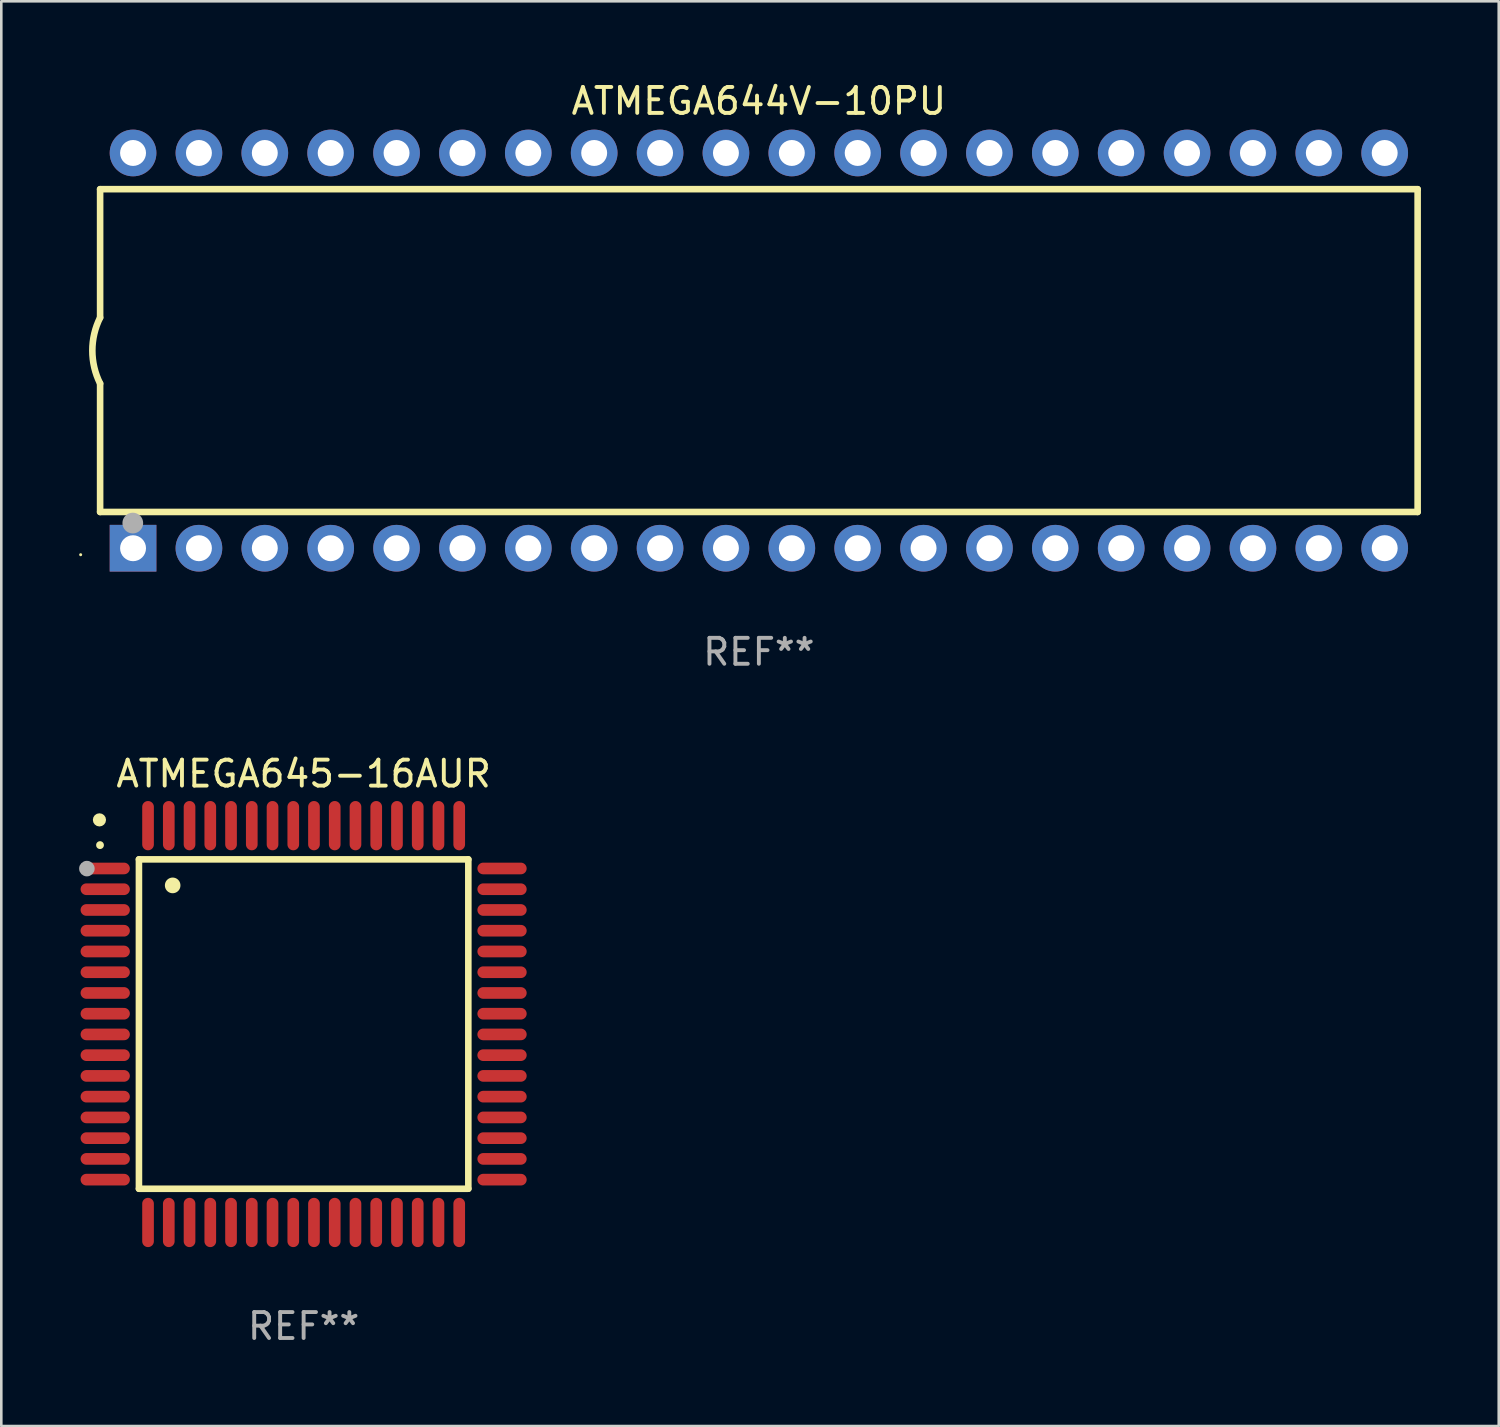
<source format=kicad_pcb>
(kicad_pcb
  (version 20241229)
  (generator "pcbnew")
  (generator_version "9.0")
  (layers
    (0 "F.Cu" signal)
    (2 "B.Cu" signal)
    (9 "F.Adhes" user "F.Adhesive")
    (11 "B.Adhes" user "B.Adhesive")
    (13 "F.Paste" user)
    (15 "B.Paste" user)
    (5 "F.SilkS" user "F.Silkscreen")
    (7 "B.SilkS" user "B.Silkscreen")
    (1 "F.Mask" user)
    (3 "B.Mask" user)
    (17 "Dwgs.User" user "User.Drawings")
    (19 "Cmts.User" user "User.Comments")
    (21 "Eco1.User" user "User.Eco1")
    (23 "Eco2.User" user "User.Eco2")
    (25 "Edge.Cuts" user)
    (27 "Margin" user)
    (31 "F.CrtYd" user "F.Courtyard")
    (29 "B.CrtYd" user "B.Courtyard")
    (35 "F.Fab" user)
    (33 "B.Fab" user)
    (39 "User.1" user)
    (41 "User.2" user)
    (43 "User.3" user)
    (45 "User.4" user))
  (footprint "ATMEGA645-16AUR"
    (layer "F.Cu")
    (at 8.657 36.435)
    (property "Reference" "ATMEGA645-16AUR" (at 0 -9.65 0) (layer "F.SilkS") (effects (font (size 1 1) (thickness 0.15))))
    (attr through_hole)
    (fp_line (start -6.35 -6.35) (end 6.35 -6.35) (stroke (width 0.254) (type solid)) (layer "F.SilkS"))
    (fp_line (start -6.35 6.35) (end -6.35 -6.35) (stroke (width 0.254) (type solid)) (layer "F.SilkS"))
    (fp_line (start 6.35 -6.35) (end 6.35 6.35) (stroke (width 0.254) (type solid)) (layer "F.SilkS"))
    (fp_line (start 6.35 6.35) (end -6.35 6.35) (stroke (width 0.254) (type solid)) (layer "F.SilkS"))
    (fp_arc (start -7.851156 -6.898654) (mid -7.851161 -6.899924) (end -7.851156 -6.901194) (stroke (width 0.3) (type solid)) (layer "F.SilkS"))
    (fp_arc (start -5.04953 -5.344171) (mid -5.049541 -5.346711) (end -5.04953 -5.349251) (stroke (width 0.6) (type solid)) (layer "F.SilkS"))
    (fp_circle (center -7.873 -7.873) (end -7.746 -7.873) (stroke (width 0.254) (type solid)) (fill no) (layer "F.SilkS"))
    (fp_circle (center -8.357 -5.994) (end -8.207 -5.994) (stroke (width 0.3) (type solid)) (fill no) (layer "F.Fab"))
    (fp_text user "REF**" (at 0 11.65 0) (layer "F.Fab") (effects (font (size 1 1) (thickness 0.15))))
    (pad "1" smd oval (at -7.65 -5.999 90) (size 0.45 1.9) (layers "F.Cu" "F.Mask" "F.Paste"))
    (pad "2" smd oval (at -7.65 -5.199 90) (size 0.45 1.9) (layers "F.Cu" "F.Mask" "F.Paste"))
    (pad "3" smd oval (at -7.65 -4.399 90) (size 0.45 1.9) (layers "F.Cu" "F.Mask" "F.Paste"))
    (pad "4" smd oval (at -7.65 -3.599 90) (size 0.45 1.9) (layers "F.Cu" "F.Mask" "F.Paste"))
    (pad "5" smd oval (at -7.65 -2.799 90) (size 0.45 1.9) (layers "F.Cu" "F.Mask" "F.Paste"))
    (pad "6" smd oval (at -7.65 -1.999 90) (size 0.45 1.9) (layers "F.Cu" "F.Mask" "F.Paste"))
    (pad "7" smd oval (at -7.65 -1.199 90) (size 0.45 1.9) (layers "F.Cu" "F.Mask" "F.Paste"))
    (pad "8" smd oval (at -7.65 -0.399 90) (size 0.45 1.9) (layers "F.Cu" "F.Mask" "F.Paste"))
    (pad "9" smd oval (at -7.65 0.399 90) (size 0.45 1.9) (layers "F.Cu" "F.Mask" "F.Paste"))
    (pad "10" smd oval (at -7.65 1.199 90) (size 0.45 1.9) (layers "F.Cu" "F.Mask" "F.Paste"))
    (pad "11" smd oval (at -7.65 1.999 90) (size 0.45 1.9) (layers "F.Cu" "F.Mask" "F.Paste"))
    (pad "12" smd oval (at -7.65 2.799 90) (size 0.45 1.9) (layers "F.Cu" "F.Mask" "F.Paste"))
    (pad "13" smd oval (at -7.65 3.599 90) (size 0.45 1.9) (layers "F.Cu" "F.Mask" "F.Paste"))
    (pad "14" smd oval (at -7.65 4.399 90) (size 0.45 1.9) (layers "F.Cu" "F.Mask" "F.Paste"))
    (pad "15" smd oval (at -7.65 5.199 90) (size 0.45 1.9) (layers "F.Cu" "F.Mask" "F.Paste"))
    (pad "16" smd oval (at -7.65 5.999 90) (size 0.45 1.9) (layers "F.Cu" "F.Mask" "F.Paste"))
    (pad "17" smd oval (at -5.999 7.65) (size 0.45 1.9) (layers "F.Cu" "F.Mask" "F.Paste"))
    (pad "18" smd oval (at -5.199 7.65) (size 0.45 1.9) (layers "F.Cu" "F.Mask" "F.Paste"))
    (pad "19" smd oval (at -4.399 7.65) (size 0.45 1.9) (layers "F.Cu" "F.Mask" "F.Paste"))
    (pad "20" smd oval (at -3.599 7.65) (size 0.45 1.9) (layers "F.Cu" "F.Mask" "F.Paste"))
    (pad "21" smd oval (at -2.799 7.65) (size 0.45 1.9) (layers "F.Cu" "F.Mask" "F.Paste"))
    (pad "22" smd oval (at -1.999 7.65) (size 0.45 1.9) (layers "F.Cu" "F.Mask" "F.Paste"))
    (pad "23" smd oval (at -1.199 7.65) (size 0.45 1.9) (layers "F.Cu" "F.Mask" "F.Paste"))
    (pad "24" smd oval (at -0.399 7.65) (size 0.45 1.9) (layers "F.Cu" "F.Mask" "F.Paste"))
    (pad "25" smd oval (at 0.399 7.65) (size 0.45 1.9) (layers "F.Cu" "F.Mask" "F.Paste"))
    (pad "26" smd oval (at 1.199 7.65) (size 0.45 1.9) (layers "F.Cu" "F.Mask" "F.Paste"))
    (pad "27" smd oval (at 1.999 7.65) (size 0.45 1.9) (layers "F.Cu" "F.Mask" "F.Paste"))
    (pad "28" smd oval (at 2.799 7.65) (size 0.45 1.9) (layers "F.Cu" "F.Mask" "F.Paste"))
    (pad "29" smd oval (at 3.599 7.65) (size 0.45 1.9) (layers "F.Cu" "F.Mask" "F.Paste"))
    (pad "30" smd oval (at 4.399 7.65) (size 0.45 1.9) (layers "F.Cu" "F.Mask" "F.Paste"))
    (pad "31" smd oval (at 5.199 7.65) (size 0.45 1.9) (layers "F.Cu" "F.Mask" "F.Paste"))
    (pad "32" smd oval (at 5.999 7.65) (size 0.45 1.9) (layers "F.Cu" "F.Mask" "F.Paste"))
    (pad "33" smd oval (at 7.65 5.999 90) (size 0.45 1.9) (layers "F.Cu" "F.Mask" "F.Paste"))
    (pad "34" smd oval (at 7.65 5.199 90) (size 0.45 1.9) (layers "F.Cu" "F.Mask" "F.Paste"))
    (pad "35" smd oval (at 7.65 4.399 90) (size 0.45 1.9) (layers "F.Cu" "F.Mask" "F.Paste"))
    (pad "36" smd oval (at 7.65 3.599 90) (size 0.45 1.9) (layers "F.Cu" "F.Mask" "F.Paste"))
    (pad "37" smd oval (at 7.65 2.799 90) (size 0.45 1.9) (layers "F.Cu" "F.Mask" "F.Paste"))
    (pad "38" smd oval (at 7.65 1.999 90) (size 0.45 1.9) (layers "F.Cu" "F.Mask" "F.Paste"))
    (pad "39" smd oval (at 7.65 1.199 90) (size 0.45 1.9) (layers "F.Cu" "F.Mask" "F.Paste"))
    (pad "40" smd oval (at 7.65 0.399 90) (size 0.45 1.9) (layers "F.Cu" "F.Mask" "F.Paste"))
    (pad "41" smd oval (at 7.65 -0.399 90) (size 0.45 1.9) (layers "F.Cu" "F.Mask" "F.Paste"))
    (pad "42" smd oval (at 7.65 -1.199 90) (size 0.45 1.9) (layers "F.Cu" "F.Mask" "F.Paste"))
    (pad "43" smd oval (at 7.65 -1.999 90) (size 0.45 1.9) (layers "F.Cu" "F.Mask" "F.Paste"))
    (pad "44" smd oval (at 7.65 -2.799 90) (size 0.45 1.9) (layers "F.Cu" "F.Mask" "F.Paste"))
    (pad "45" smd oval (at 7.65 -3.599 90) (size 0.45 1.9) (layers "F.Cu" "F.Mask" "F.Paste"))
    (pad "46" smd oval (at 7.65 -4.399 90) (size 0.45 1.9) (layers "F.Cu" "F.Mask" "F.Paste"))
    (pad "47" smd oval (at 7.65 -5.199 90) (size 0.45 1.9) (layers "F.Cu" "F.Mask" "F.Paste"))
    (pad "48" smd oval (at 7.65 -5.999 90) (size 0.45 1.9) (layers "F.Cu" "F.Mask" "F.Paste"))
    (pad "49" smd oval (at 5.999 -7.65) (size 0.45 1.9) (layers "F.Cu" "F.Mask" "F.Paste"))
    (pad "50" smd oval (at 5.199 -7.65) (size 0.45 1.9) (layers "F.Cu" "F.Mask" "F.Paste"))
    (pad "51" smd oval (at 4.399 -7.65) (size 0.45 1.9) (layers "F.Cu" "F.Mask" "F.Paste"))
    (pad "52" smd oval (at 3.599 -7.65) (size 0.45 1.9) (layers "F.Cu" "F.Mask" "F.Paste"))
    (pad "53" smd oval (at 2.799 -7.65) (size 0.45 1.9) (layers "F.Cu" "F.Mask" "F.Paste"))
    (pad "54" smd oval (at 1.999 -7.65) (size 0.45 1.9) (layers "F.Cu" "F.Mask" "F.Paste"))
    (pad "55" smd oval (at 1.199 -7.65) (size 0.45 1.9) (layers "F.Cu" "F.Mask" "F.Paste"))
    (pad "56" smd oval (at 0.399 -7.65) (size 0.45 1.9) (layers "F.Cu" "F.Mask" "F.Paste"))
    (pad "57" smd oval (at -0.399 -7.65) (size 0.45 1.9) (layers "F.Cu" "F.Mask" "F.Paste"))
    (pad "58" smd oval (at -1.199 -7.65) (size 0.45 1.9) (layers "F.Cu" "F.Mask" "F.Paste"))
    (pad "59" smd oval (at -1.999 -7.65) (size 0.45 1.9) (layers "F.Cu" "F.Mask" "F.Paste"))
    (pad "60" smd oval (at -2.799 -7.65) (size 0.45 1.9) (layers "F.Cu" "F.Mask" "F.Paste"))
    (pad "61" smd oval (at -3.599 -7.65) (size 0.45 1.9) (layers "F.Cu" "F.Mask" "F.Paste"))
    (pad "62" smd oval (at -4.399 -7.65) (size 0.45 1.9) (layers "F.Cu" "F.Mask" "F.Paste"))
    (pad "63" smd oval (at -5.199 -7.65) (size 0.45 1.9) (layers "F.Cu" "F.Mask" "F.Paste"))
    (pad "64" smd oval (at -5.999 -7.65) (size 0.45 1.9) (layers "F.Cu" "F.Mask" "F.Paste")))
  (footprint "ATMEGA644V-10PU"
    (layer "F.Cu")
    (at 26.21 10.468)
    (property "Reference" "ATMEGA644V-10PU" (at 0 -9.62 0) (layer "F.SilkS") (effects (font (size 1 1) (thickness 0.15))))
    (attr through_hole)
    (fp_line (start -25.4 -6.224) (end -25.4 -1.271) (stroke (width 0.254) (type solid)) (layer "F.SilkS"))
    (fp_line (start -25.4 -6.224) (end 25.4 -6.224) (stroke (width 0.254) (type solid)) (layer "F.SilkS"))
    (fp_line (start -25.4 1.269) (end -25.4 6.222) (stroke (width 0.254) (type solid)) (layer "F.SilkS"))
    (fp_line (start -25.4 6.222) (end 25.4 6.222) (stroke (width 0.254) (type solid)) (layer "F.SilkS"))
    (fp_line (start 25.4 6.222) (end 25.4 -6.224) (stroke (width 0.254) (type solid)) (layer "F.SilkS"))
    (fp_arc (start -25.4 1.269241) (mid -25.699807 -0.000762) (end -25.4 -1.270765) (stroke (width 0.254001) (type solid)) (layer "F.SilkS"))
    (fp_circle (center -26.15 7.87) (end -26.12 7.87) (stroke (width 0.06) (type solid)) (fill no) (layer "F.SilkS"))
    (fp_circle (center -24.14 6.65) (end -23.94 6.65) (stroke (width 0.4) (type solid)) (fill no) (layer "F.Fab"))
    (fp_text user "REF**" (at 0 11.62 0) (layer "F.Fab") (effects (font (size 1 1) (thickness 0.15))))
    (pad "1" thru_hole rect (at -24.13 7.62 90) (size 1.8 1.8) (drill 1) (layers "*.Cu" "*.Mask"))
    (pad "2" thru_hole circle (at -21.59 7.62) (size 1.8 1.8) (drill 1) (layers "*.Cu" "*.Mask"))
    (pad "3" thru_hole circle (at -19.05 7.62) (size 1.8 1.8) (drill 1) (layers "*.Cu" "*.Mask"))
    (pad "4" thru_hole circle (at -16.51 7.62) (size 1.8 1.8) (drill 1) (layers "*.Cu" "*.Mask"))
    (pad "5" thru_hole circle (at -13.97 7.62) (size 1.8 1.8) (drill 1) (layers "*.Cu" "*.Mask"))
    (pad "6" thru_hole circle (at -11.43 7.62) (size 1.8 1.8) (drill 1) (layers "*.Cu" "*.Mask"))
    (pad "7" thru_hole circle (at -8.89 7.62) (size 1.8 1.8) (drill 1) (layers "*.Cu" "*.Mask"))
    (pad "8" thru_hole circle (at -6.35 7.62) (size 1.8 1.8) (drill 1) (layers "*.Cu" "*.Mask"))
    (pad "9" thru_hole circle (at -3.81 7.62) (size 1.8 1.8) (drill 1) (layers "*.Cu" "*.Mask"))
    (pad "10" thru_hole circle (at -1.27 7.62) (size 1.8 1.8) (drill 1) (layers "*.Cu" "*.Mask"))
    (pad "11" thru_hole circle (at 1.27 7.62) (size 1.8 1.8) (drill 1) (layers "*.Cu" "*.Mask"))
    (pad "12" thru_hole circle (at 3.81 7.62) (size 1.8 1.8) (drill 1) (layers "*.Cu" "*.Mask"))
    (pad "13" thru_hole circle (at 6.35 7.62) (size 1.8 1.8) (drill 1) (layers "*.Cu" "*.Mask"))
    (pad "14" thru_hole circle (at 8.89 7.62) (size 1.8 1.8) (drill 1) (layers "*.Cu" "*.Mask"))
    (pad "15" thru_hole circle (at 11.43 7.62) (size 1.8 1.8) (drill 1) (layers "*.Cu" "*.Mask"))
    (pad "16" thru_hole circle (at 13.97 7.62) (size 1.8 1.8) (drill 1) (layers "*.Cu" "*.Mask"))
    (pad "17" thru_hole circle (at 16.51 7.62) (size 1.8 1.8) (drill 1) (layers "*.Cu" "*.Mask"))
    (pad "18" thru_hole circle (at 19.05 7.62) (size 1.8 1.8) (drill 1) (layers "*.Cu" "*.Mask"))
    (pad "19" thru_hole circle (at 21.59 7.62) (size 1.8 1.8) (drill 1) (layers "*.Cu" "*.Mask"))
    (pad "20" thru_hole circle (at 24.13 7.62) (size 1.8 1.8) (drill 1) (layers "*.Cu" "*.Mask"))
    (pad "21" thru_hole circle (at 24.13 -7.62) (size 1.8 1.8) (drill 1) (layers "*.Cu" "*.Mask"))
    (pad "22" thru_hole circle (at 21.59 -7.62) (size 1.8 1.8) (drill 1) (layers "*.Cu" "*.Mask"))
    (pad "23" thru_hole circle (at 19.05 -7.62) (size 1.8 1.8) (drill 1) (layers "*.Cu" "*.Mask"))
    (pad "24" thru_hole circle (at 16.51 -7.62) (size 1.8 1.8) (drill 1) (layers "*.Cu" "*.Mask"))
    (pad "25" thru_hole circle (at 13.97 -7.62) (size 1.8 1.8) (drill 1) (layers "*.Cu" "*.Mask"))
    (pad "26" thru_hole circle (at 11.43 -7.62) (size 1.8 1.8) (drill 1) (layers "*.Cu" "*.Mask"))
    (pad "27" thru_hole circle (at 8.89 -7.62) (size 1.8 1.8) (drill 1) (layers "*.Cu" "*.Mask"))
    (pad "28" thru_hole circle (at 6.35 -7.62) (size 1.8 1.8) (drill 1) (layers "*.Cu" "*.Mask"))
    (pad "29" thru_hole circle (at 3.81 -7.62) (size 1.8 1.8) (drill 1) (layers "*.Cu" "*.Mask"))
    (pad "30" thru_hole circle (at 1.27 -7.62) (size 1.8 1.8) (drill 1) (layers "*.Cu" "*.Mask"))
    (pad "31" thru_hole circle (at -1.27 -7.62) (size 1.8 1.8) (drill 1) (layers "*.Cu" "*.Mask"))
    (pad "32" thru_hole circle (at -3.81 -7.62) (size 1.8 1.8) (drill 1) (layers "*.Cu" "*.Mask"))
    (pad "33" thru_hole circle (at -6.35 -7.62) (size 1.8 1.8) (drill 1) (layers "*.Cu" "*.Mask"))
    (pad "34" thru_hole circle (at -8.89 -7.62) (size 1.8 1.8) (drill 1) (layers "*.Cu" "*.Mask"))
    (pad "35" thru_hole circle (at -11.43 -7.62) (size 1.8 1.8) (drill 1) (layers "*.Cu" "*.Mask"))
    (pad "36" thru_hole circle (at -13.97 -7.62) (size 1.8 1.8) (drill 1) (layers "*.Cu" "*.Mask"))
    (pad "37" thru_hole circle (at -16.51 -7.62) (size 1.8 1.8) (drill 1) (layers "*.Cu" "*.Mask"))
    (pad "38" thru_hole circle (at -19.05 -7.62) (size 1.8 1.8) (drill 1) (layers "*.Cu" "*.Mask"))
    (pad "39" thru_hole circle (at -21.59 -7.62) (size 1.8 1.8) (drill 1) (layers "*.Cu" "*.Mask"))
    (pad "40" thru_hole circle (at -24.13 -7.62) (size 1.8 1.8) (drill 1) (layers "*.Cu" "*.Mask")))
  (gr_rect
    (start -3 -3)
    (end 54.737 51.934)
    (stroke (width 0.1) (type default))
    (fill no)
    (layer "Edge.Cuts")))
</source>
